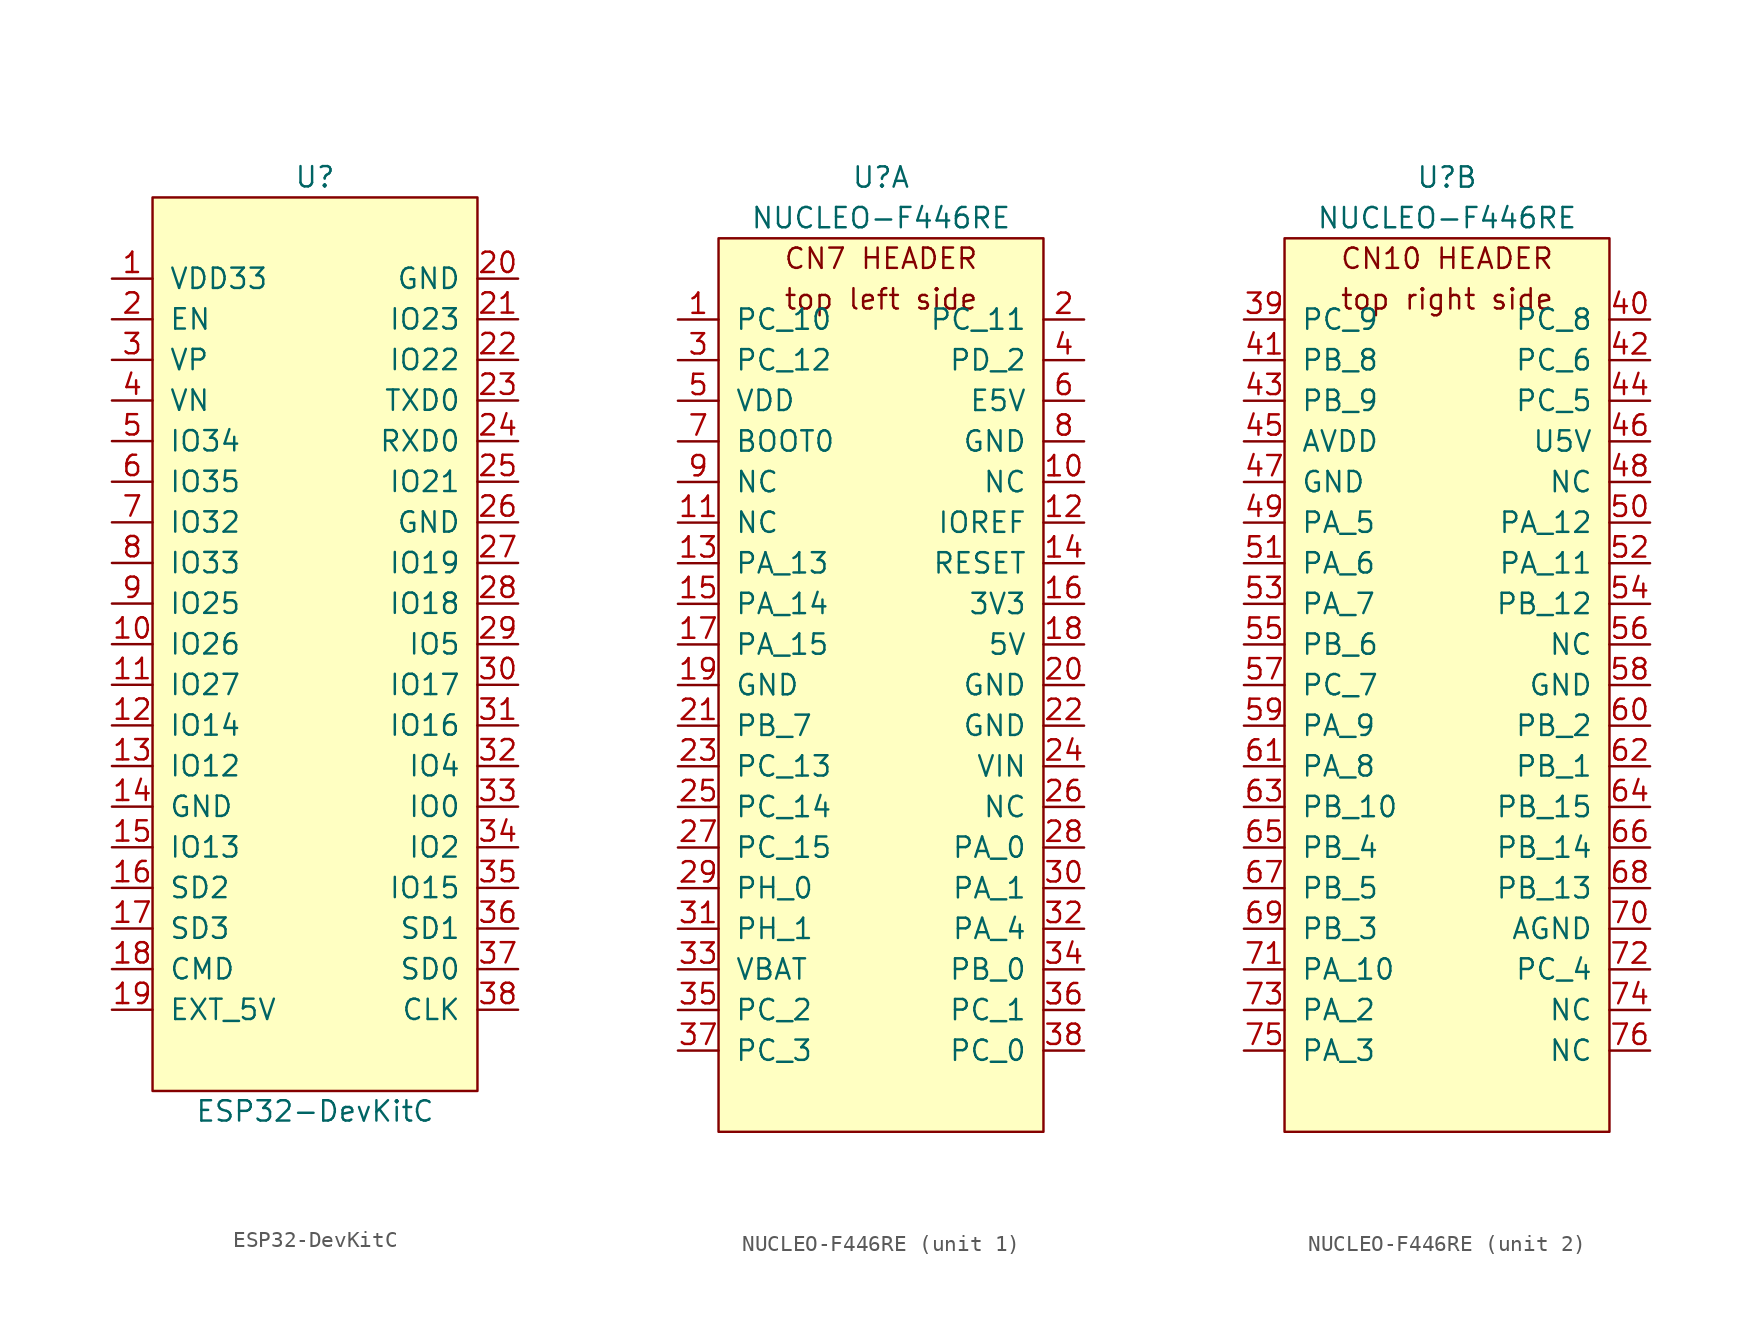
<source format=kicad_sym>
(kicad_symbol_lib
  (version 20231120)
  (generator "kicad_symbol_editor")
  (generator_version "8.0")
  (symbol "ESP32-DevKitC"
    (pin_names
      (offset 1.016))
    (property "Reference" "U"
      (at 0 26.67 0)
      (effects (font (size 1.27 1.27))))
    (property "Value" "ESP32-DevKitC"
      (at 0 -31.75 0)
      (effects (font (size 1.27 1.27))))
    (symbol "ESP32-DevKitC_0_1"
      (rectangle (start -10.16 25.4) (end 10.16 -30.48) (stroke (width 0) (type default)) (fill (type background))))
    (symbol "ESP32-DevKitC_1_1"
      (pin input line (at -12.7 20.32 0) (length 2.54) (name "VDD33" (effects (font (size 1.27 1.27)))) (number "1" (effects (font (size 1.27 1.27)))))
      (pin input line (at -12.7 -2.54 0) (length 2.54) (name "IO26" (effects (font (size 1.27 1.27)))) (number "10" (effects (font (size 1.27 1.27)))))
      (pin input line (at -12.7 -5.08 0) (length 2.54) (name "IO27" (effects (font (size 1.27 1.27)))) (number "11" (effects (font (size 1.27 1.27)))))
      (pin input line (at -12.7 -7.62 0) (length 2.54) (name "IO14" (effects (font (size 1.27 1.27)))) (number "12" (effects (font (size 1.27 1.27)))))
      (pin input line (at -12.7 -10.16 0) (length 2.54) (name "IO12" (effects (font (size 1.27 1.27)))) (number "13" (effects (font (size 1.27 1.27)))))
      (pin input line (at -12.7 -12.7 0) (length 2.54) (name "GND" (effects (font (size 1.27 1.27)))) (number "14" (effects (font (size 1.27 1.27)))))
      (pin input line (at -12.7 -15.24 0) (length 2.54) (name "IO13" (effects (font (size 1.27 1.27)))) (number "15" (effects (font (size 1.27 1.27)))))
      (pin input line (at -12.7 -17.78 0) (length 2.54) (name "SD2" (effects (font (size 1.27 1.27)))) (number "16" (effects (font (size 1.27 1.27)))))
      (pin input line (at -12.7 -20.32 0) (length 2.54) (name "SD3" (effects (font (size 1.27 1.27)))) (number "17" (effects (font (size 1.27 1.27)))))
      (pin input line (at -12.7 -22.86 0) (length 2.54) (name "CMD" (effects (font (size 1.27 1.27)))) (number "18" (effects (font (size 1.27 1.27)))))
      (pin input line (at -12.7 -25.4 0) (length 2.54) (name "EXT_5V" (effects (font (size 1.27 1.27)))) (number "19" (effects (font (size 1.27 1.27)))))
      (pin input line (at -12.7 17.78 0) (length 2.54) (name "EN" (effects (font (size 1.27 1.27)))) (number "2" (effects (font (size 1.27 1.27)))))
      (pin input line (at 12.7 20.32 180) (length 2.54) (name "GND" (effects (font (size 1.27 1.27)))) (number "20" (effects (font (size 1.27 1.27)))))
      (pin input line (at 12.7 17.78 180) (length 2.54) (name "IO23" (effects (font (size 1.27 1.27)))) (number "21" (effects (font (size 1.27 1.27)))))
      (pin input line (at 12.7 15.24 180) (length 2.54) (name "IO22" (effects (font (size 1.27 1.27)))) (number "22" (effects (font (size 1.27 1.27)))))
      (pin input line (at 12.7 12.7 180) (length 2.54) (name "TXD0" (effects (font (size 1.27 1.27)))) (number "23" (effects (font (size 1.27 1.27)))))
      (pin input line (at 12.7 10.16 180) (length 2.54) (name "RXD0" (effects (font (size 1.27 1.27)))) (number "24" (effects (font (size 1.27 1.27)))))
      (pin input line (at 12.7 7.62 180) (length 2.54) (name "IO21" (effects (font (size 1.27 1.27)))) (number "25" (effects (font (size 1.27 1.27)))))
      (pin input line (at 12.7 5.08 180) (length 2.54) (name "GND" (effects (font (size 1.27 1.27)))) (number "26" (effects (font (size 1.27 1.27)))))
      (pin input line (at 12.7 2.54 180) (length 2.54) (name "IO19" (effects (font (size 1.27 1.27)))) (number "27" (effects (font (size 1.27 1.27)))))
      (pin input line (at 12.7 0 180) (length 2.54) (name "IO18" (effects (font (size 1.27 1.27)))) (number "28" (effects (font (size 1.27 1.27)))))
      (pin input line (at 12.7 -2.54 180) (length 2.54) (name "IO5" (effects (font (size 1.27 1.27)))) (number "29" (effects (font (size 1.27 1.27)))))
      (pin input line (at -12.7 15.24 0) (length 2.54) (name "VP" (effects (font (size 1.27 1.27)))) (number "3" (effects (font (size 1.27 1.27)))))
      (pin input line (at 12.7 -5.08 180) (length 2.54) (name "IO17" (effects (font (size 1.27 1.27)))) (number "30" (effects (font (size 1.27 1.27)))))
      (pin input line (at 12.7 -7.62 180) (length 2.54) (name "IO16" (effects (font (size 1.27 1.27)))) (number "31" (effects (font (size 1.27 1.27)))))
      (pin input line (at 12.7 -10.16 180) (length 2.54) (name "IO4" (effects (font (size 1.27 1.27)))) (number "32" (effects (font (size 1.27 1.27)))))
      (pin input line (at 12.7 -12.7 180) (length 2.54) (name "IO0" (effects (font (size 1.27 1.27)))) (number "33" (effects (font (size 1.27 1.27)))))
      (pin input line (at 12.7 -15.24 180) (length 2.54) (name "IO2" (effects (font (size 1.27 1.27)))) (number "34" (effects (font (size 1.27 1.27)))))
      (pin input line (at 12.7 -17.78 180) (length 2.54) (name "IO15" (effects (font (size 1.27 1.27)))) (number "35" (effects (font (size 1.27 1.27)))))
      (pin input line (at 12.7 -20.32 180) (length 2.54) (name "SD1" (effects (font (size 1.27 1.27)))) (number "36" (effects (font (size 1.27 1.27)))))
      (pin input line (at 12.7 -22.86 180) (length 2.54) (name "SD0" (effects (font (size 1.27 1.27)))) (number "37" (effects (font (size 1.27 1.27)))))
      (pin input line (at 12.7 -25.4 180) (length 2.54) (name "CLK" (effects (font (size 1.27 1.27)))) (number "38" (effects (font (size 1.27 1.27)))))
      (pin input line (at -12.7 12.7 0) (length 2.54) (name "VN" (effects (font (size 1.27 1.27)))) (number "4" (effects (font (size 1.27 1.27)))))
      (pin input line (at -12.7 10.16 0) (length 2.54) (name "IO34" (effects (font (size 1.27 1.27)))) (number "5" (effects (font (size 1.27 1.27)))))
      (pin input line (at -12.7 7.62 0) (length 2.54) (name "IO35" (effects (font (size 1.27 1.27)))) (number "6" (effects (font (size 1.27 1.27)))))
      (pin input line (at -12.7 5.08 0) (length 2.54) (name "IO32" (effects (font (size 1.27 1.27)))) (number "7" (effects (font (size 1.27 1.27)))))
      (pin input line (at -12.7 2.54 0) (length 2.54) (name "IO33" (effects (font (size 1.27 1.27)))) (number "8" (effects (font (size 1.27 1.27)))))
      (pin input line (at -12.7 0 0) (length 2.54) (name "IO25" (effects (font (size 1.27 1.27)))) (number "9" (effects (font (size 1.27 1.27)))))))
  (symbol "NUCLEO-F446RE"
    (pin_names
      (offset 1.016))
    (property "Reference" "U"
      (at 0 21.59 0)
      (effects (font (size 1.27 1.27))))
    (property "Value" "NUCLEO-F446RE"
      (at 0 19.05 0)
      (effects (font (size 1.27 1.27))))
    (symbol "NUCLEO-F446RE_0_1"
      (rectangle (start -10.16 17.78) (end 10.16 -38.1) (stroke (width 0) (type default)) (fill (type background))))
    (symbol "NUCLEO-F446RE_1_0"
      (text "CN7 HEADER" (at 0 16.51 0) (effects (font (size 1.27 1.27))))
      (text "top left side" (at 0 13.97 0) (effects (font (size 1.27 1.27)))))
    (symbol "NUCLEO-F446RE_1_1"
      (pin input line (at -12.7 12.7 0) (length 2.54) (name "PC_10" (effects (font (size 1.27 1.27)))) (number "1" (effects (font (size 1.27 1.27)))))
      (pin input line (at 12.7 2.54 180) (length 2.54) (name "NC" (effects (font (size 1.27 1.27)))) (number "10" (effects (font (size 1.27 1.27)))))
      (pin input line (at -12.7 0 0) (length 2.54) (name "NC" (effects (font (size 1.27 1.27)))) (number "11" (effects (font (size 1.27 1.27)))))
      (pin input line (at 12.7 0 180) (length 2.54) (name "IOREF" (effects (font (size 1.27 1.27)))) (number "12" (effects (font (size 1.27 1.27)))))
      (pin input line (at -12.7 -2.54 0) (length 2.54) (name "PA_13" (effects (font (size 1.27 1.27)))) (number "13" (effects (font (size 1.27 1.27)))))
      (pin input line (at 12.7 -2.54 180) (length 2.54) (name "RESET" (effects (font (size 1.27 1.27)))) (number "14" (effects (font (size 1.27 1.27)))))
      (pin input line (at -12.7 -5.08 0) (length 2.54) (name "PA_14" (effects (font (size 1.27 1.27)))) (number "15" (effects (font (size 1.27 1.27)))))
      (pin input line (at 12.7 -5.08 180) (length 2.54) (name "3V3" (effects (font (size 1.27 1.27)))) (number "16" (effects (font (size 1.27 1.27)))))
      (pin input line (at -12.7 -7.62 0) (length 2.54) (name "PA_15" (effects (font (size 1.27 1.27)))) (number "17" (effects (font (size 1.27 1.27)))))
      (pin input line (at 12.7 -7.62 180) (length 2.54) (name "5V" (effects (font (size 1.27 1.27)))) (number "18" (effects (font (size 1.27 1.27)))))
      (pin input line (at -12.7 -10.16 0) (length 2.54) (name "GND" (effects (font (size 1.27 1.27)))) (number "19" (effects (font (size 1.27 1.27)))))
      (pin input line (at 12.7 12.7 180) (length 2.54) (name "PC_11" (effects (font (size 1.27 1.27)))) (number "2" (effects (font (size 1.27 1.27)))))
      (pin input line (at 12.7 -10.16 180) (length 2.54) (name "GND" (effects (font (size 1.27 1.27)))) (number "20" (effects (font (size 1.27 1.27)))))
      (pin input line (at -12.7 -12.7 0) (length 2.54) (name "PB_7" (effects (font (size 1.27 1.27)))) (number "21" (effects (font (size 1.27 1.27)))))
      (pin input line (at 12.7 -12.7 180) (length 2.54) (name "GND" (effects (font (size 1.27 1.27)))) (number "22" (effects (font (size 1.27 1.27)))))
      (pin input line (at -12.7 -15.24 0) (length 2.54) (name "PC_13" (effects (font (size 1.27 1.27)))) (number "23" (effects (font (size 1.27 1.27)))))
      (pin input line (at 12.7 -15.24 180) (length 2.54) (name "VIN" (effects (font (size 1.27 1.27)))) (number "24" (effects (font (size 1.27 1.27)))))
      (pin input line (at -12.7 -17.78 0) (length 2.54) (name "PC_14" (effects (font (size 1.27 1.27)))) (number "25" (effects (font (size 1.27 1.27)))))
      (pin input line (at 12.7 -17.78 180) (length 2.54) (name "NC" (effects (font (size 1.27 1.27)))) (number "26" (effects (font (size 1.27 1.27)))))
      (pin input line (at -12.7 -20.32 0) (length 2.54) (name "PC_15" (effects (font (size 1.27 1.27)))) (number "27" (effects (font (size 1.27 1.27)))))
      (pin input line (at 12.7 -20.32 180) (length 2.54) (name "PA_0" (effects (font (size 1.27 1.27)))) (number "28" (effects (font (size 1.27 1.27)))))
      (pin input line (at -12.7 -22.86 0) (length 2.54) (name "PH_0" (effects (font (size 1.27 1.27)))) (number "29" (effects (font (size 1.27 1.27)))))
      (pin input line (at -12.7 10.16 0) (length 2.54) (name "PC_12" (effects (font (size 1.27 1.27)))) (number "3" (effects (font (size 1.27 1.27)))))
      (pin input line (at 12.7 -22.86 180) (length 2.54) (name "PA_1" (effects (font (size 1.27 1.27)))) (number "30" (effects (font (size 1.27 1.27)))))
      (pin input line (at -12.7 -25.4 0) (length 2.54) (name "PH_1" (effects (font (size 1.27 1.27)))) (number "31" (effects (font (size 1.27 1.27)))))
      (pin input line (at 12.7 -25.4 180) (length 2.54) (name "PA_4" (effects (font (size 1.27 1.27)))) (number "32" (effects (font (size 1.27 1.27)))))
      (pin input line (at -12.7 -27.94 0) (length 2.54) (name "VBAT" (effects (font (size 1.27 1.27)))) (number "33" (effects (font (size 1.27 1.27)))))
      (pin input line (at 12.7 -27.94 180) (length 2.54) (name "PB_0" (effects (font (size 1.27 1.27)))) (number "34" (effects (font (size 1.27 1.27)))))
      (pin input line (at -12.7 -30.48 0) (length 2.54) (name "PC_2" (effects (font (size 1.27 1.27)))) (number "35" (effects (font (size 1.27 1.27)))))
      (pin input line (at 12.7 -30.48 180) (length 2.54) (name "PC_1" (effects (font (size 1.27 1.27)))) (number "36" (effects (font (size 1.27 1.27)))))
      (pin input line (at -12.7 -33.02 0) (length 2.54) (name "PC_3" (effects (font (size 1.27 1.27)))) (number "37" (effects (font (size 1.27 1.27)))))
      (pin input line (at 12.7 -33.02 180) (length 2.54) (name "PC_0" (effects (font (size 1.27 1.27)))) (number "38" (effects (font (size 1.27 1.27)))))
      (pin input line (at 12.7 10.16 180) (length 2.54) (name "PD_2" (effects (font (size 1.27 1.27)))) (number "4" (effects (font (size 1.27 1.27)))))
      (pin input line (at -12.7 7.62 0) (length 2.54) (name "VDD" (effects (font (size 1.27 1.27)))) (number "5" (effects (font (size 1.27 1.27)))))
      (pin input line (at 12.7 7.62 180) (length 2.54) (name "E5V" (effects (font (size 1.27 1.27)))) (number "6" (effects (font (size 1.27 1.27)))))
      (pin input line (at -12.7 5.08 0) (length 2.54) (name "BOOT0" (effects (font (size 1.27 1.27)))) (number "7" (effects (font (size 1.27 1.27)))))
      (pin input line (at 12.7 5.08 180) (length 2.54) (name "GND" (effects (font (size 1.27 1.27)))) (number "8" (effects (font (size 1.27 1.27)))))
      (pin input line (at -12.7 2.54 0) (length 2.54) (name "NC" (effects (font (size 1.27 1.27)))) (number "9" (effects (font (size 1.27 1.27))))))
    (symbol "NUCLEO-F446RE_2_0"
      (text "CN10 HEADER" (at 0 16.51 0) (effects (font (size 1.27 1.27))))
      (text "top right side" (at 0 13.97 0) (effects (font (size 1.27 1.27)))))
    (symbol "NUCLEO-F446RE_2_1"
      (pin input line (at -12.7 12.7 0) (length 2.54) (name "PC_9" (effects (font (size 1.27 1.27)))) (number "39" (effects (font (size 1.27 1.27)))))
      (pin input line (at 12.7 12.7 180) (length 2.54) (name "PC_8" (effects (font (size 1.27 1.27)))) (number "40" (effects (font (size 1.27 1.27)))))
      (pin input line (at -12.7 10.16 0) (length 2.54) (name "PB_8" (effects (font (size 1.27 1.27)))) (number "41" (effects (font (size 1.27 1.27)))))
      (pin input line (at 12.7 10.16 180) (length 2.54) (name "PC_6" (effects (font (size 1.27 1.27)))) (number "42" (effects (font (size 1.27 1.27)))))
      (pin input line (at -12.7 7.62 0) (length 2.54) (name "PB_9" (effects (font (size 1.27 1.27)))) (number "43" (effects (font (size 1.27 1.27)))))
      (pin input line (at 12.7 7.62 180) (length 2.54) (name "PC_5" (effects (font (size 1.27 1.27)))) (number "44" (effects (font (size 1.27 1.27)))))
      (pin input line (at -12.7 5.08 0) (length 2.54) (name "AVDD" (effects (font (size 1.27 1.27)))) (number "45" (effects (font (size 1.27 1.27)))))
      (pin input line (at 12.7 5.08 180) (length 2.54) (name "U5V" (effects (font (size 1.27 1.27)))) (number "46" (effects (font (size 1.27 1.27)))))
      (pin input line (at -12.7 2.54 0) (length 2.54) (name "GND" (effects (font (size 1.27 1.27)))) (number "47" (effects (font (size 1.27 1.27)))))
      (pin input line (at 12.7 2.54 180) (length 2.54) (name "NC" (effects (font (size 1.27 1.27)))) (number "48" (effects (font (size 1.27 1.27)))))
      (pin input line (at -12.7 0 0) (length 2.54) (name "PA_5" (effects (font (size 1.27 1.27)))) (number "49" (effects (font (size 1.27 1.27)))))
      (pin input line (at 12.7 0 180) (length 2.54) (name "PA_12" (effects (font (size 1.27 1.27)))) (number "50" (effects (font (size 1.27 1.27)))))
      (pin input line (at -12.7 -2.54 0) (length 2.54) (name "PA_6" (effects (font (size 1.27 1.27)))) (number "51" (effects (font (size 1.27 1.27)))))
      (pin input line (at 12.7 -2.54 180) (length 2.54) (name "PA_11" (effects (font (size 1.27 1.27)))) (number "52" (effects (font (size 1.27 1.27)))))
      (pin input line (at -12.7 -5.08 0) (length 2.54) (name "PA_7" (effects (font (size 1.27 1.27)))) (number "53" (effects (font (size 1.27 1.27)))))
      (pin input line (at 12.7 -5.08 180) (length 2.54) (name "PB_12" (effects (font (size 1.27 1.27)))) (number "54" (effects (font (size 1.27 1.27)))))
      (pin input line (at -12.7 -7.62 0) (length 2.54) (name "PB_6" (effects (font (size 1.27 1.27)))) (number "55" (effects (font (size 1.27 1.27)))))
      (pin input line (at 12.7 -7.62 180) (length 2.54) (name "NC" (effects (font (size 1.27 1.27)))) (number "56" (effects (font (size 1.27 1.27)))))
      (pin input line (at -12.7 -10.16 0) (length 2.54) (name "PC_7" (effects (font (size 1.27 1.27)))) (number "57" (effects (font (size 1.27 1.27)))))
      (pin input line (at 12.7 -10.16 180) (length 2.54) (name "GND" (effects (font (size 1.27 1.27)))) (number "58" (effects (font (size 1.27 1.27)))))
      (pin input line (at -12.7 -12.7 0) (length 2.54) (name "PA_9" (effects (font (size 1.27 1.27)))) (number "59" (effects (font (size 1.27 1.27)))))
      (pin input line (at 12.7 -12.7 180) (length 2.54) (name "PB_2" (effects (font (size 1.27 1.27)))) (number "60" (effects (font (size 1.27 1.27)))))
      (pin input line (at -12.7 -15.24 0) (length 2.54) (name "PA_8" (effects (font (size 1.27 1.27)))) (number "61" (effects (font (size 1.27 1.27)))))
      (pin input line (at 12.7 -15.24 180) (length 2.54) (name "PB_1" (effects (font (size 1.27 1.27)))) (number "62" (effects (font (size 1.27 1.27)))))
      (pin input line (at -12.7 -17.78 0) (length 2.54) (name "PB_10" (effects (font (size 1.27 1.27)))) (number "63" (effects (font (size 1.27 1.27)))))
      (pin input line (at 12.7 -17.78 180) (length 2.54) (name "PB_15" (effects (font (size 1.27 1.27)))) (number "64" (effects (font (size 1.27 1.27)))))
      (pin input line (at -12.7 -20.32 0) (length 2.54) (name "PB_4" (effects (font (size 1.27 1.27)))) (number "65" (effects (font (size 1.27 1.27)))))
      (pin input line (at 12.7 -20.32 180) (length 2.54) (name "PB_14" (effects (font (size 1.27 1.27)))) (number "66" (effects (font (size 1.27 1.27)))))
      (pin input line (at -12.7 -22.86 0) (length 2.54) (name "PB_5" (effects (font (size 1.27 1.27)))) (number "67" (effects (font (size 1.27 1.27)))))
      (pin input line (at 12.7 -22.86 180) (length 2.54) (name "PB_13" (effects (font (size 1.27 1.27)))) (number "68" (effects (font (size 1.27 1.27)))))
      (pin input line (at -12.7 -25.4 0) (length 2.54) (name "PB_3" (effects (font (size 1.27 1.27)))) (number "69" (effects (font (size 1.27 1.27)))))
      (pin input line (at 12.7 -25.4 180) (length 2.54) (name "AGND" (effects (font (size 1.27 1.27)))) (number "70" (effects (font (size 1.27 1.27)))))
      (pin input line (at -12.7 -27.94 0) (length 2.54) (name "PA_10" (effects (font (size 1.27 1.27)))) (number "71" (effects (font (size 1.27 1.27)))))
      (pin input line (at 12.7 -27.94 180) (length 2.54) (name "PC_4" (effects (font (size 1.27 1.27)))) (number "72" (effects (font (size 1.27 1.27)))))
      (pin input line (at -12.7 -30.48 0) (length 2.54) (name "PA_2" (effects (font (size 1.27 1.27)))) (number "73" (effects (font (size 1.27 1.27)))))
      (pin input line (at 12.7 -30.48 180) (length 2.54) (name "NC" (effects (font (size 1.27 1.27)))) (number "74" (effects (font (size 1.27 1.27)))))
      (pin input line (at -12.7 -33.02 0) (length 2.54) (name "PA_3" (effects (font (size 1.27 1.27)))) (number "75" (effects (font (size 1.27 1.27)))))
      (pin input line (at 12.7 -33.02 180) (length 2.54) (name "NC" (effects (font (size 1.27 1.27)))) (number "76" (effects (font (size 1.27 1.27))))))))
</source>
